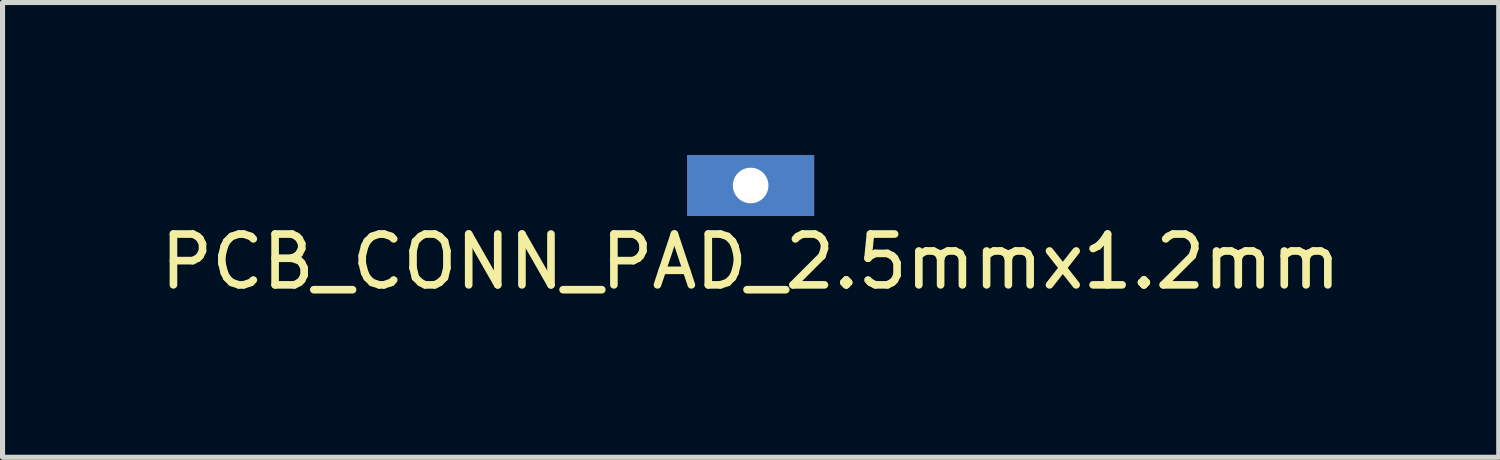
<source format=kicad_pcb>
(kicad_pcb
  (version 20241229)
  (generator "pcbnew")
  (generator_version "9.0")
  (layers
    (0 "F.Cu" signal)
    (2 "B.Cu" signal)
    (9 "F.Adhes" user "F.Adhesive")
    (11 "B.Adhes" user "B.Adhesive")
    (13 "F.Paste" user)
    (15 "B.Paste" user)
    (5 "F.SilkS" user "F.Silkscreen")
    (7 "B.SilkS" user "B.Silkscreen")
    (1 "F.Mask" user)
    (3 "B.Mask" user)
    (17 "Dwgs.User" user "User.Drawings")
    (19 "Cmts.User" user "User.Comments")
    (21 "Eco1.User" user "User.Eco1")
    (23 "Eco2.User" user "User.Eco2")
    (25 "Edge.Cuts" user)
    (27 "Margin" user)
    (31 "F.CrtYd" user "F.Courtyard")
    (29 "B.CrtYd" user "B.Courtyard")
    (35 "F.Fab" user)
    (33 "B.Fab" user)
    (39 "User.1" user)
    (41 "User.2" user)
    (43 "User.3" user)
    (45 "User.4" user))
  (footprint "PCB_CONN_PAD_2.5mmx1.2mm"
    (layer "F.Cu")
    (at 11.72 0.6)
    (property "Reference" "PCB_CONN_PAD_2.5mmx1.2mm" (at 0 1.5 0) (layer "F.SilkS") (effects (font (size 1 1) (thickness 0.15))))
    (attr through_hole)
    (pad "1" thru_hole rect (at 0 0) (size 2.5 1.2) (drill 0.7) (layers "*.Cu" "*.Mask")))
  (gr_rect
    (start -3 -3)
    (end 26.44 5.948)
    (stroke (width 0.1) (type default))
    (fill no)
    (layer "Edge.Cuts")))
</source>
